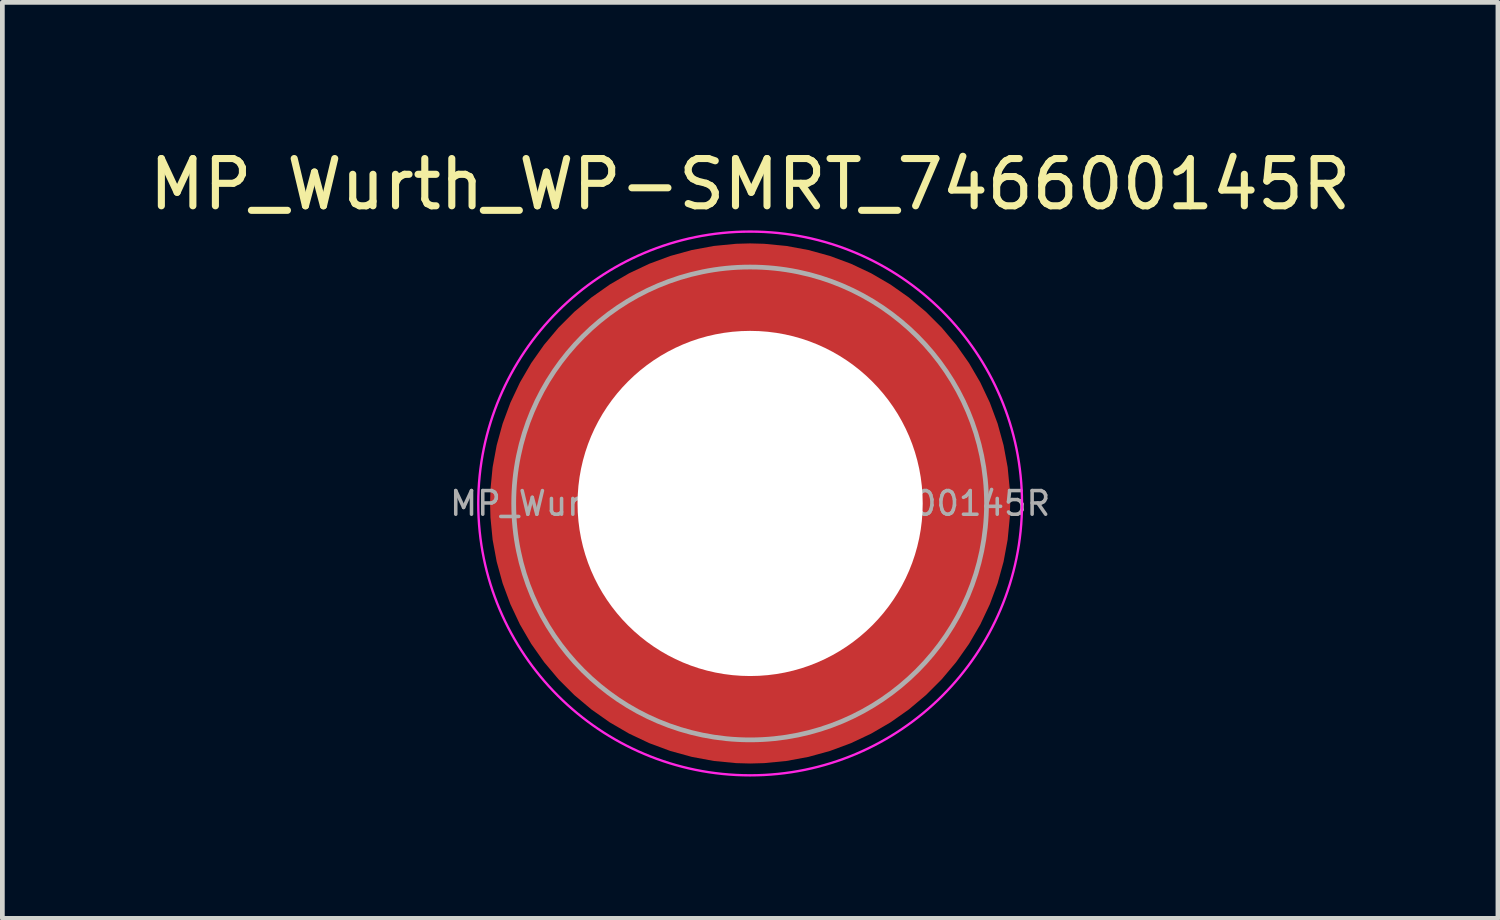
<source format=kicad_pcb>
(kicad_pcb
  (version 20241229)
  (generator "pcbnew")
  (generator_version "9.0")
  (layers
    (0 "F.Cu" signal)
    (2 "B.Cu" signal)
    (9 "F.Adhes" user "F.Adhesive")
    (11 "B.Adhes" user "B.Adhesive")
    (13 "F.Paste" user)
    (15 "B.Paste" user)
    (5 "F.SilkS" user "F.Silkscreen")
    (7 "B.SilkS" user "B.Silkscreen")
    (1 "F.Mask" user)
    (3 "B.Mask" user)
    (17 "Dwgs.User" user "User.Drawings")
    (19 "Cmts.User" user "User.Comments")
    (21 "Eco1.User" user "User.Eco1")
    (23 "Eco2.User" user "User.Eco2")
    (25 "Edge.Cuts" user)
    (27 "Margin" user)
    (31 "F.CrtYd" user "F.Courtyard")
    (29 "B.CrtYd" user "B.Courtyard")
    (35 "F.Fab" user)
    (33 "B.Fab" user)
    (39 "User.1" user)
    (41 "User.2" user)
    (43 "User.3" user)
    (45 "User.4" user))
  (footprint "MP_Wurth_WP-SMRT_746600145R"
    (layer "F.Cu")
    (at 12.815 7.598)
    (property "Reference" "MP_Wurth_WP-SMRT_746600145R" (at 0 -6.75 0) (unlocked yes) (layer "F.SilkS") (effects (font (size 1 1) (thickness 0.15))))
    (attr smd)
    (fp_poly (pts (xy -5.374 0.495) (xy -3.712 0.495) (xy -3.706 0.54) (xy -3.698 0.587) (xy -3.679 0.701) (xy -3.666 0.761) (xy -3.645 0.859) (xy -3.621 0.955) (xy -3.581 1.094) (xy -3.554 1.179) (xy -3.525 1.264) (xy -3.486 1.367) (xy -3.442 1.474) (xy -3.404 1.559) (xy -3.355 1.665) (xy -3.317 1.739) (xy -3.28 1.807) (xy -3.239 1.881) (xy -3.202 1.943) (xy -3.15 2.025) (xy -3.1 2.1) (xy -3.057 2.164) (xy -3.009 2.228) (xy -3.009 2.228) (xy -2.974 2.277) (xy -2.928 2.336) (xy -2.881 2.392) (xy -2.832 2.451) (xy -2.781 2.507) (xy -2.735 2.559) (xy -2.685 2.61) (xy -2.629 2.665) (xy -2.563 2.731) (xy -2.498 2.789) (xy -2.431 2.849) (xy -2.363 2.905) (xy -2.295 2.96) (xy -2.249 2.994) (xy -2.184 3.042) (xy -2.075 3.118) (xy -2.005 3.162) (xy -2.005 3.162) (xy -1.946 3.201) (xy -1.869 3.245) (xy -1.752 3.31) (xy -1.596 3.386) (xy -1.406 3.472) (xy -1.17 3.557) (xy -0.924 3.63) (xy -0.71 3.677) (xy -0.614 3.694) (xy -0.495 3.712) (xy -0.495 5.381) (xy -0.527 5.38) (xy -0.528 5.38) (xy -0.578 5.374) (xy -0.634 5.367) (xy -0.685 5.361) (xy -0.739 5.354) (xy -0.785 5.348) (xy -0.785 5.348) (xy -0.962 5.318) (xy -0.962 5.318) (xy -1.127 5.286) (xy -1.127 5.286) (xy -1.266 5.254) (xy -1.41 5.218) (xy -1.41 5.218) (xy -1.523 5.186) (xy -1.524 5.186) (xy -1.769 5.107) (xy -1.769 5.107) (xy -1.878 5.068) (xy -1.979 5.03) (xy -1.979 5.03) (xy -2.095 4.983) (xy -2.095 4.983) (xy -2.19 4.94) (xy -2.304 4.891) (xy -2.304 4.89) (xy -2.592 4.743) (xy -2.593 4.743) (xy -2.748 4.652) (xy -2.902 4.559) (xy -2.902 4.559) (xy -3.098 4.43) (xy -3.098 4.43) (xy -3.513 4.104) (xy -3.513 4.104) (xy -3.72 3.923) (xy -3.721 3.922) (xy -4.008 3.627) (xy -4.008 3.627) (xy -4.192 3.411) (xy -4.192 3.411) (xy -4.38 3.172) (xy -4.38 3.172) (xy -4.602 2.839) (xy -4.602 2.838) (xy -4.778 2.531) (xy -4.778 2.531) (xy -4.905 2.271) (xy -4.906 2.271) (xy -5.048 1.942) (xy -5.048 1.942) (xy -5.146 1.662) (xy -5.146 1.661) (xy -5.221 1.405) (xy -5.221 1.405) (xy -5.263 1.233) (xy -5.263 1.233) (xy -5.292 1.1) (xy -5.292 1.1) (xy -5.322 0.945) (xy -5.343 0.834) (xy -5.343 0.834) (xy -5.355 0.725) (xy -5.371 0.616) (xy -5.371 0.615) (xy -5.378 0.537) (xy -5.383 0.49)) (stroke (width 0) (type default)) (fill yes) (layer "F.Paste"))
    (fp_poly (pts (xy -0.495 -5.374) (xy -0.495 -3.712) (xy -0.54 -3.706) (xy -0.587 -3.698) (xy -0.701 -3.679) (xy -0.761 -3.666) (xy -0.859 -3.645) (xy -0.955 -3.621) (xy -1.094 -3.581) (xy -1.179 -3.554) (xy -1.264 -3.525) (xy -1.367 -3.486) (xy -1.474 -3.442) (xy -1.559 -3.404) (xy -1.665 -3.355) (xy -1.739 -3.317) (xy -1.807 -3.28) (xy -1.881 -3.239) (xy -1.943 -3.202) (xy -2.025 -3.15) (xy -2.1 -3.1) (xy -2.164 -3.057) (xy -2.228 -3.009) (xy -2.228 -3.009) (xy -2.277 -2.974) (xy -2.336 -2.928) (xy -2.392 -2.881) (xy -2.451 -2.832) (xy -2.507 -2.781) (xy -2.559 -2.735) (xy -2.61 -2.685) (xy -2.665 -2.629) (xy -2.731 -2.563) (xy -2.789 -2.498) (xy -2.849 -2.431) (xy -2.905 -2.363) (xy -2.96 -2.295) (xy -2.994 -2.249) (xy -3.042 -2.184) (xy -3.118 -2.075) (xy -3.162 -2.005) (xy -3.162 -2.005) (xy -3.201 -1.946) (xy -3.245 -1.869) (xy -3.31 -1.752) (xy -3.386 -1.596) (xy -3.472 -1.406) (xy -3.557 -1.17) (xy -3.63 -0.924) (xy -3.677 -0.71) (xy -3.694 -0.614) (xy -3.712 -0.495) (xy -5.381 -0.495) (xy -5.38 -0.527) (xy -5.38 -0.528) (xy -5.374 -0.578) (xy -5.367 -0.634) (xy -5.361 -0.685) (xy -5.354 -0.739) (xy -5.348 -0.785) (xy -5.348 -0.785) (xy -5.318 -0.962) (xy -5.318 -0.962) (xy -5.286 -1.127) (xy -5.286 -1.127) (xy -5.254 -1.266) (xy -5.218 -1.41) (xy -5.218 -1.41) (xy -5.186 -1.523) (xy -5.186 -1.524) (xy -5.107 -1.769) (xy -5.107 -1.769) (xy -5.068 -1.878) (xy -5.03 -1.979) (xy -5.03 -1.979) (xy -4.983 -2.095) (xy -4.983 -2.095) (xy -4.94 -2.19) (xy -4.891 -2.304) (xy -4.89 -2.304) (xy -4.743 -2.592) (xy -4.743 -2.593) (xy -4.652 -2.748) (xy -4.559 -2.902) (xy -4.559 -2.902) (xy -4.43 -3.098) (xy -4.43 -3.098) (xy -4.104 -3.513) (xy -4.104 -3.513) (xy -3.923 -3.72) (xy -3.922 -3.721) (xy -3.627 -4.008) (xy -3.627 -4.008) (xy -3.411 -4.192) (xy -3.411 -4.192) (xy -3.172 -4.38) (xy -3.172 -4.38) (xy -2.839 -4.602) (xy -2.838 -4.602) (xy -2.531 -4.778) (xy -2.531 -4.778) (xy -2.271 -4.905) (xy -2.271 -4.906) (xy -1.942 -5.048) (xy -1.942 -5.048) (xy -1.662 -5.146) (xy -1.661 -5.146) (xy -1.405 -5.221) (xy -1.405 -5.221) (xy -1.233 -5.263) (xy -1.233 -5.263) (xy -1.1 -5.292) (xy -1.1 -5.292) (xy -0.945 -5.322) (xy -0.834 -5.343) (xy -0.834 -5.343) (xy -0.725 -5.355) (xy -0.616 -5.371) (xy -0.615 -5.371) (xy -0.537 -5.378) (xy -0.49 -5.383)) (stroke (width 0) (type default)) (fill yes) (layer "F.Paste"))
    (fp_poly (pts (xy 0.527 -5.38) (xy 0.528 -5.38) (xy 0.578 -5.374) (xy 0.634 -5.367) (xy 0.685 -5.361) (xy 0.739 -5.354) (xy 0.785 -5.348) (xy 0.785 -5.348) (xy 0.962 -5.318) (xy 0.962 -5.318) (xy 1.127 -5.286) (xy 1.127 -5.286) (xy 1.266 -5.254) (xy 1.41 -5.218) (xy 1.41 -5.218) (xy 1.523 -5.186) (xy 1.524 -5.186) (xy 1.769 -5.107) (xy 1.769 -5.107) (xy 1.878 -5.068) (xy 1.979 -5.03) (xy 1.979 -5.03) (xy 2.095 -4.983) (xy 2.095 -4.983) (xy 2.19 -4.94) (xy 2.304 -4.891) (xy 2.304 -4.89) (xy 2.592 -4.743) (xy 2.593 -4.743) (xy 2.748 -4.652) (xy 2.902 -4.559) (xy 2.902 -4.559) (xy 3.098 -4.43) (xy 3.098 -4.43) (xy 3.513 -4.104) (xy 3.513 -4.104) (xy 3.72 -3.923) (xy 3.721 -3.922) (xy 4.008 -3.627) (xy 4.008 -3.627) (xy 4.192 -3.411) (xy 4.192 -3.411) (xy 4.38 -3.172) (xy 4.38 -3.172) (xy 4.602 -2.839) (xy 4.602 -2.838) (xy 4.778 -2.531) (xy 4.778 -2.531) (xy 4.905 -2.271) (xy 4.906 -2.271) (xy 5.048 -1.942) (xy 5.048 -1.942) (xy 5.146 -1.662) (xy 5.146 -1.661) (xy 5.221 -1.405) (xy 5.221 -1.405) (xy 5.263 -1.233) (xy 5.263 -1.233) (xy 5.292 -1.1) (xy 5.292 -1.1) (xy 5.322 -0.945) (xy 5.343 -0.834) (xy 5.343 -0.834) (xy 5.355 -0.725) (xy 5.371 -0.616) (xy 5.371 -0.615) (xy 5.378 -0.537) (xy 5.383 -0.49) (xy 5.374 -0.495) (xy 3.712 -0.495) (xy 3.706 -0.54) (xy 3.698 -0.587) (xy 3.679 -0.701) (xy 3.666 -0.761) (xy 3.645 -0.859) (xy 3.621 -0.955) (xy 3.581 -1.094) (xy 3.554 -1.179) (xy 3.525 -1.264) (xy 3.486 -1.367) (xy 3.442 -1.474) (xy 3.404 -1.559) (xy 3.355 -1.665) (xy 3.317 -1.739) (xy 3.28 -1.807) (xy 3.239 -1.881) (xy 3.202 -1.943) (xy 3.15 -2.025) (xy 3.1 -2.1) (xy 3.057 -2.164) (xy 3.009 -2.228) (xy 3.009 -2.228) (xy 2.974 -2.277) (xy 2.928 -2.336) (xy 2.881 -2.392) (xy 2.832 -2.451) (xy 2.781 -2.507) (xy 2.735 -2.559) (xy 2.685 -2.61) (xy 2.629 -2.665) (xy 2.563 -2.731) (xy 2.498 -2.789) (xy 2.431 -2.849) (xy 2.363 -2.905) (xy 2.295 -2.96) (xy 2.249 -2.994) (xy 2.184 -3.042) (xy 2.075 -3.118) (xy 2.005 -3.162) (xy 2.005 -3.162) (xy 1.946 -3.201) (xy 1.869 -3.245) (xy 1.752 -3.31) (xy 1.596 -3.386) (xy 1.406 -3.472) (xy 1.17 -3.557) (xy 0.924 -3.63) (xy 0.71 -3.677) (xy 0.614 -3.694) (xy 0.495 -3.712) (xy 0.495 -5.381)) (stroke (width 0) (type default)) (fill yes) (layer "F.Paste"))
    (fp_poly (pts (xy 5.38 0.527) (xy 5.38 0.528) (xy 5.374 0.578) (xy 5.367 0.634) (xy 5.361 0.685) (xy 5.354 0.739) (xy 5.348 0.785) (xy 5.348 0.785) (xy 5.318 0.962) (xy 5.318 0.962) (xy 5.286 1.127) (xy 5.286 1.127) (xy 5.254 1.266) (xy 5.218 1.41) (xy 5.218 1.41) (xy 5.186 1.523) (xy 5.186 1.524) (xy 5.107 1.769) (xy 5.107 1.769) (xy 5.068 1.878) (xy 5.03 1.979) (xy 5.03 1.979) (xy 4.983 2.095) (xy 4.983 2.095) (xy 4.94 2.19) (xy 4.891 2.304) (xy 4.89 2.304) (xy 4.743 2.592) (xy 4.743 2.593) (xy 4.652 2.748) (xy 4.559 2.902) (xy 4.559 2.902) (xy 4.43 3.098) (xy 4.43 3.098) (xy 4.104 3.513) (xy 4.104 3.513) (xy 3.923 3.72) (xy 3.922 3.721) (xy 3.627 4.008) (xy 3.627 4.008) (xy 3.411 4.192) (xy 3.411 4.192) (xy 3.172 4.38) (xy 3.172 4.38) (xy 2.839 4.602) (xy 2.838 4.602) (xy 2.531 4.778) (xy 2.531 4.778) (xy 2.271 4.905) (xy 2.271 4.906) (xy 1.942 5.048) (xy 1.942 5.048) (xy 1.662 5.146) (xy 1.661 5.146) (xy 1.405 5.221) (xy 1.405 5.221) (xy 1.233 5.263) (xy 1.233 5.263) (xy 1.1 5.292) (xy 1.1 5.292) (xy 0.945 5.322) (xy 0.834 5.343) (xy 0.834 5.343) (xy 0.725 5.355) (xy 0.616 5.371) (xy 0.615 5.371) (xy 0.537 5.378) (xy 0.49 5.383) (xy 0.495 5.374) (xy 0.495 3.712) (xy 0.54 3.706) (xy 0.587 3.698) (xy 0.701 3.679) (xy 0.761 3.666) (xy 0.859 3.645) (xy 0.955 3.621) (xy 1.094 3.581) (xy 1.179 3.554) (xy 1.264 3.525) (xy 1.367 3.486) (xy 1.474 3.442) (xy 1.559 3.404) (xy 1.665 3.355) (xy 1.739 3.317) (xy 1.807 3.28) (xy 1.881 3.239) (xy 1.943 3.202) (xy 2.025 3.15) (xy 2.1 3.1) (xy 2.164 3.057) (xy 2.228 3.009) (xy 2.228 3.009) (xy 2.277 2.974) (xy 2.336 2.928) (xy 2.392 2.881) (xy 2.451 2.832) (xy 2.507 2.781) (xy 2.559 2.735) (xy 2.61 2.685) (xy 2.665 2.629) (xy 2.731 2.563) (xy 2.789 2.498) (xy 2.849 2.431) (xy 2.905 2.363) (xy 2.96 2.295) (xy 2.994 2.249) (xy 3.042 2.184) (xy 3.118 2.075) (xy 3.162 2.005) (xy 3.162 2.005) (xy 3.201 1.946) (xy 3.245 1.869) (xy 3.31 1.752) (xy 3.386 1.596) (xy 3.472 1.406) (xy 3.557 1.17) (xy 3.63 0.924) (xy 3.677 0.71) (xy 3.694 0.614) (xy 3.712 0.495) (xy 5.381 0.495)) (stroke (width 0) (type default)) (fill yes) (layer "F.Paste"))
    (fp_circle (center 0 0) (end 5.75 0) (stroke (width 0.05) (type solid)) (fill no) (layer "F.CrtYd"))
    (fp_circle (center 0 0) (end 5 0) (stroke (width 0.1) (type solid)) (fill no) (layer "F.Fab"))
    (fp_text user "${REFERENCE}" (at 0 0 0) (unlocked yes) (layer "F.Fab") (effects (font (size 0.5 0.5) (thickness 0.075))))
    (pad "" np_thru_hole circle (at 0 0) (size 7.3 7.3) (drill 7.3) (layers "*.Cu" "*.Mask"))
    (pad "1" smd roundrect (at 0 0) (size 11 11) (layers "F.Cu" "F.Mask") (roundrect_rratio 0.5)))
  (gr_rect
    (start -3 -3)
    (end 28.631 16.373)
    (stroke (width 0.1) (type default))
    (fill no)
    (layer "Edge.Cuts")))
</source>
